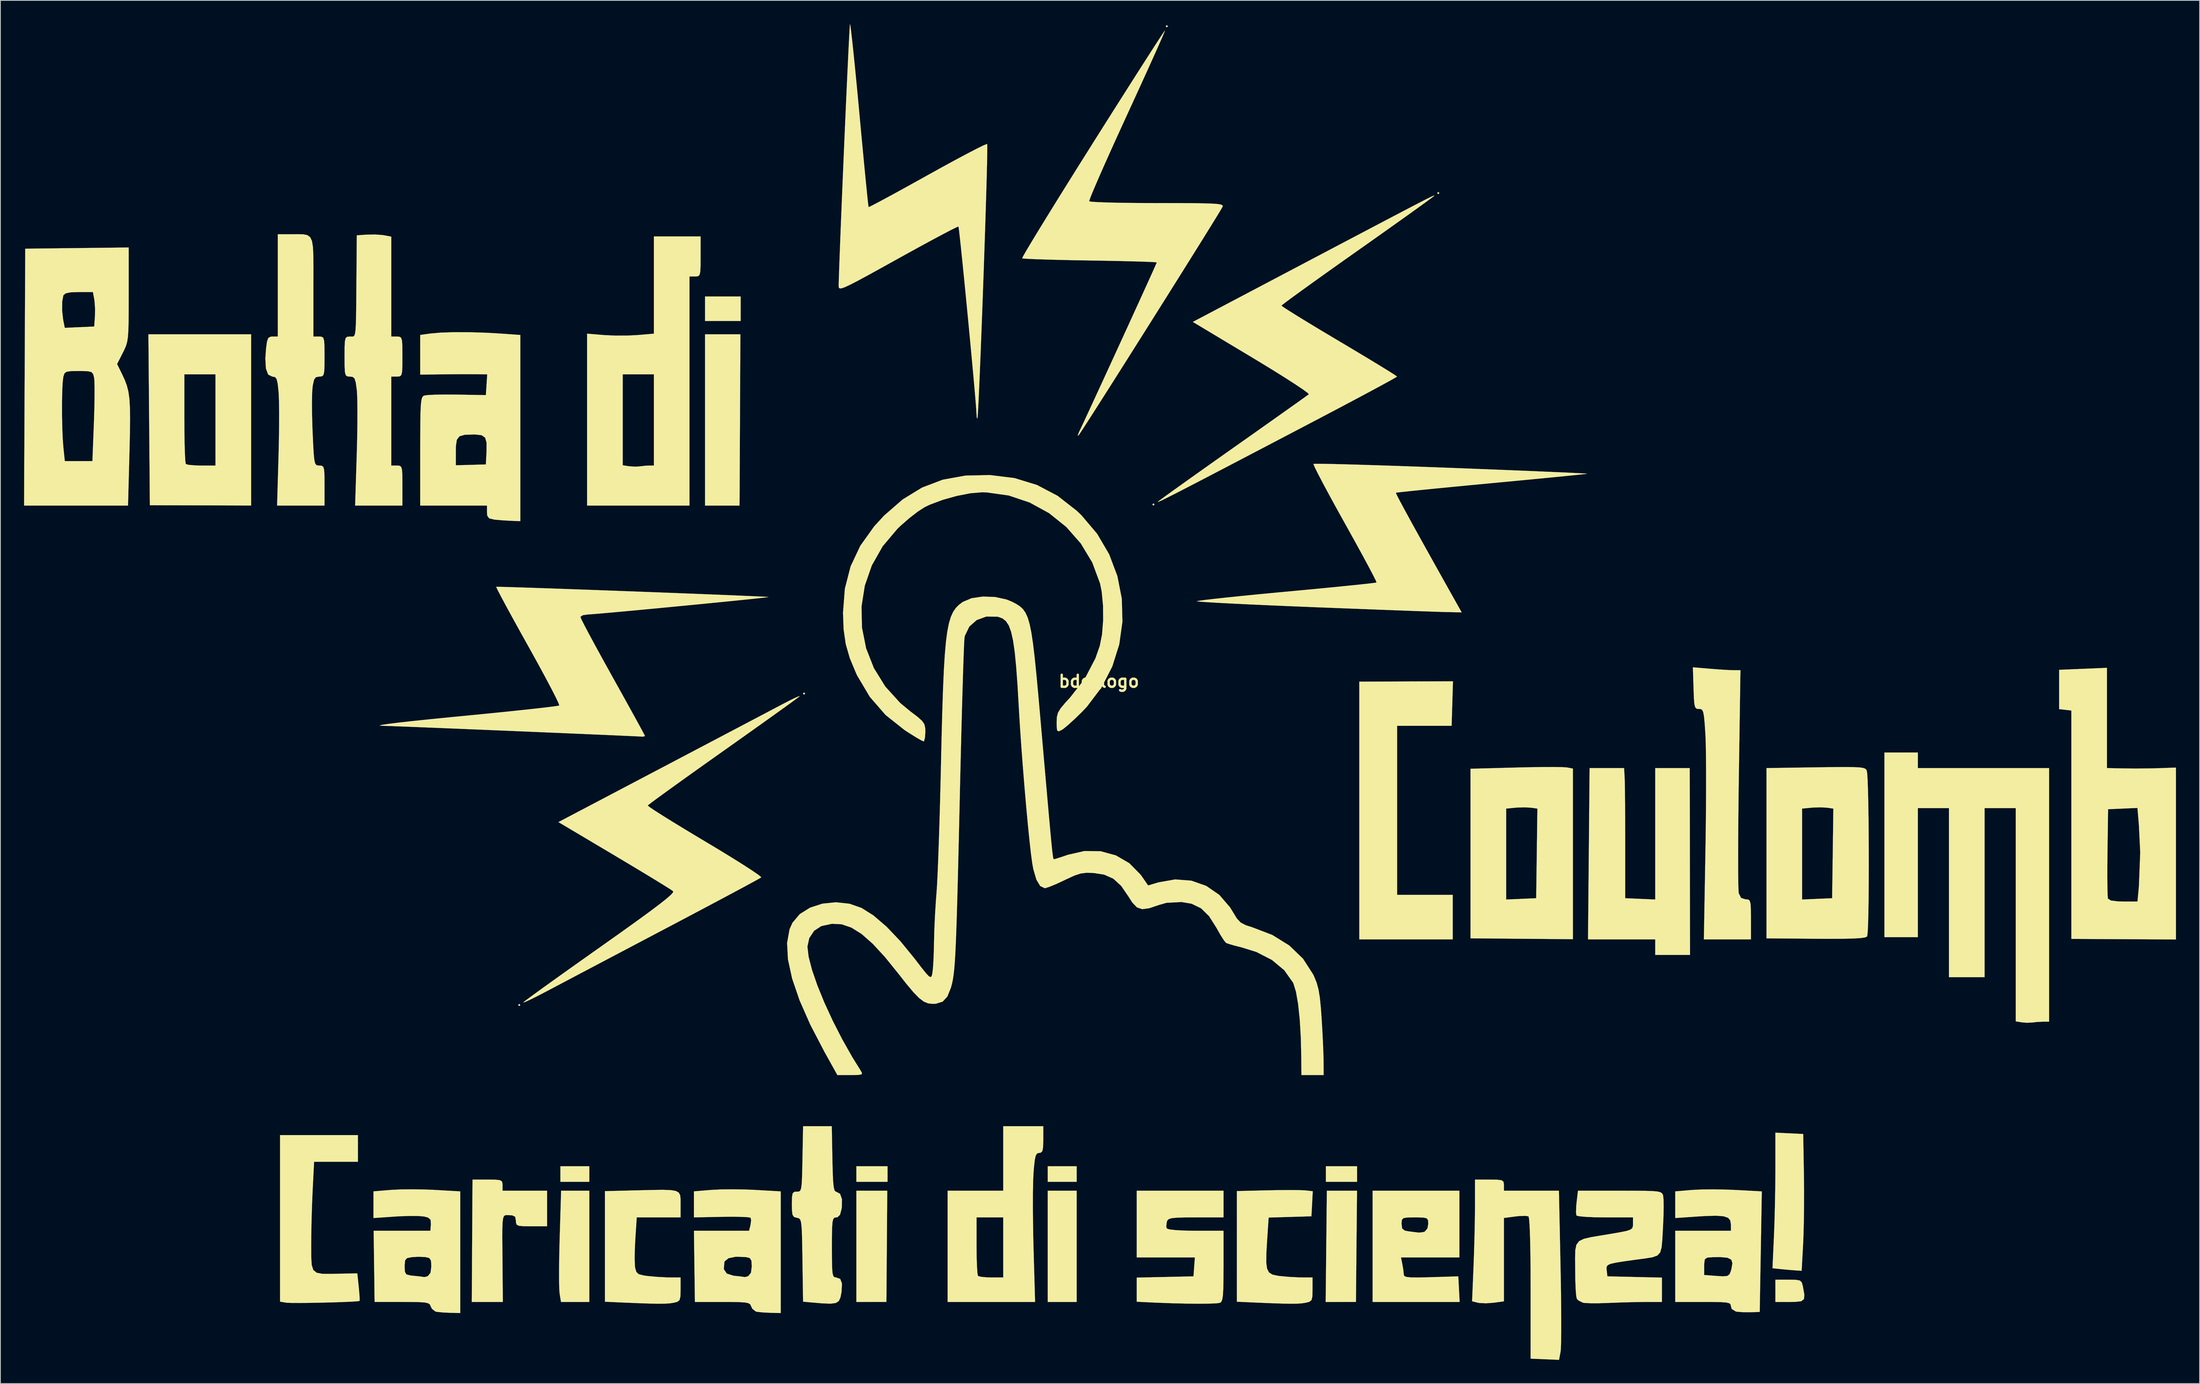
<source format=kicad_pcb>
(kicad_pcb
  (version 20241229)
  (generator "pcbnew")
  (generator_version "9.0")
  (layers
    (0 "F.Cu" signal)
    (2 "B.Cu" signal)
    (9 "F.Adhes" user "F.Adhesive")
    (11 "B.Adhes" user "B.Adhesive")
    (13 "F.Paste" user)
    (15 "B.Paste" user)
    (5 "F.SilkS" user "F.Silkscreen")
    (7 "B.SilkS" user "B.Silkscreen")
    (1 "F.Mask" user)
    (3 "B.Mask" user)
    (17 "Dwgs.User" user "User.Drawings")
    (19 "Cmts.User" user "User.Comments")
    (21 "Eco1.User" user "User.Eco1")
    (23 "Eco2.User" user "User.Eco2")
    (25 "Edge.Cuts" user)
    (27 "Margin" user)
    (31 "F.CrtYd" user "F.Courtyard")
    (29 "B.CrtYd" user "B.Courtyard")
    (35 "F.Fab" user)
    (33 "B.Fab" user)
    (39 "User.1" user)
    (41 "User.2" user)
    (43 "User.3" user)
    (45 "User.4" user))
  (footprint "bdc_logo"
    (layer "F.Cu")
    (at 136.323 83.393)
    (property "Reference" "bdc_logo" (at 0 0 0) (layer "F.SilkS") (effects (font (size 1.524 1.524) (thickness 0.3))))
    (attr through_hole)
    (fp_poly (pts (xy -73.378 41.063) (xy -73.519 41.204) (xy -73.66 41.063) (xy -73.519 40.922) (xy -73.378 41.063)) (stroke (width 0.01) (type solid)) (fill yes) (layer "F.SilkS"))
    (fp_poly (pts (xy -64.629 63.5) (xy -68.298 63.5) (xy -68.298 61.524) (xy -64.629 61.524) (xy -64.629 63.5)) (stroke (width 0.01) (type solid)) (fill yes) (layer "F.SilkS"))
    (fp_poly (pts (xy -45.438 -45.72) (xy -49.953 -45.72) (xy -49.953 -48.824) (xy -45.438 -48.824) (xy -45.438 -45.72)) (stroke (width 0.01) (type solid)) (fill yes) (layer "F.SilkS"))
    (fp_poly (pts (xy -37.253 1.552) (xy -37.394 1.693) (xy -37.536 1.552) (xy -37.394 1.411) (xy -37.253 1.552)) (stroke (width 0.01) (type solid)) (fill yes) (layer "F.SilkS"))
    (fp_poly (pts (xy -26.811 63.5) (xy -30.762 63.5) (xy -30.762 61.524) (xy -26.811 61.524) (xy -26.811 63.5)) (stroke (width 0.01) (type solid)) (fill yes) (layer "F.SilkS"))
    (fp_poly (pts (xy -2.822 63.5) (xy -6.491 63.5) (xy -6.491 61.524) (xy -2.822 61.524) (xy -2.822 63.5)) (stroke (width 0.01) (type solid)) (fill yes) (layer "F.SilkS"))
    (fp_poly (pts (xy -2.822 78.74) (xy -6.491 78.74) (xy -6.491 64.629) (xy -2.822 64.629) (xy -2.822 78.74)) (stroke (width 0.01) (type solid)) (fill yes) (layer "F.SilkS"))
    (fp_poly (pts (xy 7.056 -22.437) (xy 6.914 -22.296) (xy 6.773 -22.437) (xy 6.914 -22.578) (xy 7.056 -22.437)) (stroke (width 0.01) (type solid)) (fill yes) (layer "F.SilkS"))
    (fp_poly (pts (xy 8.749 -83.114) (xy 8.608 -82.973) (xy 8.467 -83.114) (xy 8.608 -83.256) (xy 8.749 -83.114)) (stroke (width 0.01) (type solid)) (fill yes) (layer "F.SilkS"))
    (fp_poly (pts (xy 32.738 63.5) (xy 28.787 63.5) (xy 28.787 61.524) (xy 32.738 61.524) (xy 32.738 63.5)) (stroke (width 0.01) (type solid)) (fill yes) (layer "F.SilkS"))
    (fp_poly (pts (xy 43.18 -61.948) (xy 43.039 -61.807) (xy 42.898 -61.948) (xy 43.039 -62.089) (xy 43.18 -61.948)) (stroke (width 0.01) (type solid)) (fill yes) (layer "F.SilkS"))
    (fp_poly (pts (xy -45.525 -33.162) (xy -45.579 -22.297) (xy -49.953 -22.296) (xy -49.953 -44.027) (xy -45.471 -44.027) (xy -45.525 -33.162)) (stroke (width 0.01) (type solid)) (fill yes) (layer "F.SilkS"))
    (fp_poly (pts (xy -26.898 71.683) (xy -26.952 78.738) (xy -30.762 78.74) (xy -30.762 64.629) (xy -26.845 64.629) (xy -26.898 71.683)) (stroke (width 0.01) (type solid)) (fill yes) (layer "F.SilkS"))
    (fp_poly (pts (xy 32.665 71.684) (xy 32.597 78.739) (xy 28.758 78.74) (xy 28.833 71.684) (xy 28.908 64.629) (xy 32.734 64.629) (xy 32.665 71.684)) (stroke (width 0.01) (type solid)) (fill yes) (layer "F.SilkS"))
    (fp_poly (pts (xy 44.817 2.82) (xy 44.732 5.643) (xy 41.275 5.644) (xy 37.818 5.644) (xy 37.818 27.093) (xy 44.873 27.093) (xy 44.873 32.738) (xy 33.02 32.738) (xy 33.02 0.039) (xy 44.901 -0.002) (xy 44.817 2.82)) (stroke (width 0.01) (type solid)) (fill yes) (layer "F.SilkS"))
    (fp_poly (pts (xy -64.629 78.74) (xy -68.224 78.74) (xy -68.399 77.682) (xy -68.443 77.084) (xy -68.466 76.025) (xy -68.467 74.606) (xy -68.447 72.93) (xy -68.405 71.1) (xy -68.391 70.626) (xy -68.208 64.629) (xy -64.629 64.629) (xy -64.629 78.74)) (stroke (width 0.01) (type solid)) (fill yes) (layer "F.SilkS"))
    (fp_poly (pts (xy 88.382 75.932) (xy 88.896 76.023) (xy 89.143 76.263) (xy 89.272 76.722) (xy 89.288 76.8) (xy 89.463 77.798) (xy 89.423 78.377) (xy 89.072 78.651) (xy 88.311 78.734) (xy 87.63 78.74) (xy 85.796 78.74) (xy 85.796 75.918) (xy 87.454 75.918) (xy 88.382 75.932)) (stroke (width 0.01) (type solid)) (fill yes) (layer "F.SilkS"))
    (fp_poly (pts (xy 103.858 11.007) (xy 120.509 11.007) (xy 120.509 43.18) (xy 119.733 43.184) (xy 118.923 43.224) (xy 118.392 43.288) (xy 117.678 43.321) (xy 117.052 43.266) (xy 116.276 43.143) (xy 116.276 16.087) (xy 112.324 16.087) (xy 112.324 37.536) (xy 107.809 37.536) (xy 107.809 16.087) (xy 103.858 16.087) (xy 103.858 32.456) (xy 99.624 32.456) (xy 99.624 9.031) (xy 103.858 9.031) (xy 103.858 11.007)) (stroke (width 0.01) (type solid)) (fill yes) (layer "F.SilkS"))
    (fp_poly (pts (xy -107.527 -22.306) (xy -113.947 -22.324) (xy -120.368 -22.342) (xy -120.507 -38.947) (xy -115.993 -38.947) (xy -115.993 -33.349) (xy -115.984 -31.626) (xy -115.959 -30.099) (xy -115.92 -28.856) (xy -115.871 -27.987) (xy -115.814 -27.58) (xy -115.805 -27.564) (xy -115.444 -27.466) (xy -114.691 -27.398) (xy -113.83 -27.376) (xy -112.042 -27.376) (xy -112.042 -38.947) (xy -115.993 -38.947) (xy -120.507 -38.947) (xy -120.55 -44.027) (xy -107.527 -44.027) (xy -107.527 -22.306)) (stroke (width 0.01) (type solid)) (fill yes) (layer "F.SilkS"))
    (fp_poly (pts (xy 74.93 11.007) (xy 74.95 22.86) (xy 74.969 34.713) (xy 70.556 34.713) (xy 70.556 32.738) (xy 62.03 32.738) (xy 62.13 21.873) (xy 62.23 11.009) (xy 64.417 11.008) (xy 66.604 11.007) (xy 66.675 12.206) (xy 66.695 12.82) (xy 66.712 13.905) (xy 66.727 15.366) (xy 66.738 17.112) (xy 66.744 19.047) (xy 66.746 20.461) (xy 66.746 27.517) (xy 68.651 27.6) (xy 70.556 27.684) (xy 70.556 11.007) (xy 74.93 11.007)) (stroke (width 0.01) (type solid)) (fill yes) (layer "F.SilkS"))
    (fp_poly (pts (xy 87.559 57.348) (xy 89.323 57.432) (xy 89.412 62.653) (xy 89.431 64.634) (xy 89.426 66.721) (xy 89.399 68.728) (xy 89.351 70.47) (xy 89.313 71.332) (xy 89.125 74.789) (xy 88.378 74.741) (xy 87.583 74.68) (xy 86.635 74.592) (xy 86.529 74.581) (xy 85.427 74.467) (xy 85.61 70.465) (xy 85.678 68.656) (xy 85.735 66.524) (xy 85.775 64.31) (xy 85.794 62.257) (xy 85.795 61.864) (xy 85.796 57.264) (xy 87.559 57.348)) (stroke (width 0.01) (type solid)) (fill yes) (layer "F.SilkS"))
    (fp_poly (pts (xy 58.723 10.887) (xy 59.313 10.921) (xy 59.359 10.928) (xy 60.113 11.072) (xy 60.113 32.719) (xy 53.622 32.663) (xy 47.131 32.608) (xy 47.131 16.146) (xy 51.647 16.146) (xy 51.647 27.684) (xy 53.552 27.6) (xy 55.457 27.517) (xy 55.533 21.835) (xy 55.609 16.152) (xy 54.816 16.036) (xy 54.008 15.988) (xy 53.026 16.017) (xy 52.834 16.033) (xy 51.647 16.146) (xy 47.131 16.146) (xy 47.131 11.091) (xy 52.868 10.938) (xy 54.659 10.898) (xy 56.298 10.876) (xy 57.685 10.872) (xy 58.723 10.887)) (stroke (width 0.01) (type solid)) (fill yes) (layer "F.SilkS"))
    (fp_poly (pts (xy -50.518 -53.904) (xy -50.523 -52.702) (xy -50.56 -51.955) (xy -50.659 -51.556) (xy -50.849 -51.395) (xy -51.161 -51.365) (xy -51.223 -51.364) (xy -51.929 -51.364) (xy -51.929 -22.296) (xy -64.911 -22.296) (xy -64.911 -38.947) (xy -60.396 -38.947) (xy -60.396 -27.413) (xy -59.619 -27.29) (xy -58.819 -27.232) (xy -58.279 -27.267) (xy -57.511 -27.354) (xy -57.079 -27.372) (xy -56.444 -27.376) (xy -56.444 -38.947) (xy -60.396 -38.947) (xy -64.911 -38.947) (xy -64.911 -44.109) (xy -62.794 -43.931) (xy -61.342 -43.863) (xy -59.727 -43.87) (xy -58.561 -43.931) (xy -56.444 -44.109) (xy -56.444 -56.444) (xy -50.518 -56.444) (xy -50.518 -53.904)) (stroke (width 0.01) (type solid)) (fill yes) (layer "F.SilkS"))
    (fp_poly (pts (xy -93.98 60.96) (xy -99.537 60.96) (xy -99.721 64.558) (xy -99.797 66.363) (xy -99.859 68.379) (xy -99.897 70.319) (xy -99.906 71.482) (xy -99.903 72.998) (xy -99.841 74.038) (xy -99.637 74.689) (xy -99.211 75.038) (xy -98.481 75.173) (xy -97.366 75.181) (xy -96.487 75.162) (xy -94.056 75.113) (xy -93.876 76.832) (xy -93.793 77.743) (xy -93.755 78.39) (xy -93.768 78.614) (xy -94.082 78.661) (xy -94.844 78.709) (xy -95.938 78.756) (xy -97.248 78.798) (xy -98.657 78.833) (xy -100.048 78.858) (xy -101.307 78.871) (xy -102.315 78.868) (xy -102.958 78.848) (xy -103.082 78.834) (xy -103.858 78.703) (xy -103.858 57.573) (xy -93.98 57.573) (xy -93.98 60.96)) (stroke (width 0.01) (type solid)) (fill yes) (layer "F.SilkS"))
    (fp_poly (pts (xy -76.531 63.229) (xy -75.961 63.294) (xy -75.705 63.459) (xy -75.638 63.77) (xy -75.636 63.923) (xy -75.636 64.629) (xy -69.991 64.629) (xy -69.991 69.144) (xy -71.967 69.144) (xy -72.999 69.134) (xy -73.589 69.074) (xy -73.862 68.919) (xy -73.939 68.627) (xy -73.942 68.439) (xy -74.033 67.935) (xy -74.421 67.75) (xy -74.789 67.733) (xy -75.077 67.724) (xy -75.296 67.739) (xy -75.455 67.848) (xy -75.563 68.115) (xy -75.629 68.609) (xy -75.66 69.397) (xy -75.666 70.545) (xy -75.656 72.12) (xy -75.638 74.19) (xy -75.637 74.295) (xy -75.601 78.74) (xy -79.539 78.74) (xy -79.492 70.979) (xy -79.446 63.218) (xy -77.541 63.218) (xy -76.531 63.229)) (stroke (width 0.01) (type solid)) (fill yes) (layer "F.SilkS"))
    (fp_poly (pts (xy 127.847 11.007) (xy 130.034 11.052) (xy 131.514 11.065) (xy 133.163 11.051) (xy 134.408 11.021) (xy 136.596 10.944) (xy 136.596 32.751) (xy 129.963 32.716) (xy 123.331 32.681) (xy 123.331 24.982) (xy 127.892 24.982) (xy 127.905 26.244) (xy 127.931 27.136) (xy 127.969 27.566) (xy 127.973 27.579) (xy 128.358 27.813) (xy 129.292 27.927) (xy 129.914 27.94) (xy 131.716 27.94) (xy 131.896 26.035) (xy 132.066 21.702) (xy 131.896 18.234) (xy 131.713 16.063) (xy 129.85 16.145) (xy 127.988 16.228) (xy 127.911 21.723) (xy 127.894 23.444) (xy 127.892 24.982) (xy 123.331 24.982) (xy 123.331 3.706) (xy 121.779 3.528) (xy 121.779 -1.462) (xy 124.813 -1.587) (xy 127.847 -1.712) (xy 127.847 11.007)) (stroke (width 0.01) (type solid)) (fill yes) (layer "F.SilkS"))
    (fp_poly (pts (xy -7.056 58.138) (xy -7.079 59.089) (xy -7.173 59.603) (xy -7.379 59.806) (xy -7.58 59.831) (xy -7.835 59.896) (xy -8.011 60.16) (xy -8.137 60.727) (xy -8.242 61.701) (xy -8.297 62.393) (xy -8.344 63.424) (xy -8.37 64.899) (xy -8.375 66.7) (xy -8.358 68.707) (xy -8.321 70.802) (xy -8.294 71.848) (xy -8.097 78.74) (xy -19.191 78.74) (xy -19.191 68.016) (xy -15.522 68.016) (xy -15.522 71.637) (xy -15.508 73.014) (xy -15.47 74.181) (xy -15.414 75.024) (xy -15.344 75.432) (xy -15.334 75.447) (xy -14.967 75.553) (xy -14.227 75.621) (xy -13.641 75.636) (xy -12.136 75.636) (xy -12.136 68.016) (xy -15.522 68.016) (xy -19.191 68.016) (xy -19.191 64.629) (xy -12.136 64.629) (xy -12.136 56.444) (xy -7.056 56.444) (xy -7.056 58.138)) (stroke (width 0.01) (type solid)) (fill yes) (layer "F.SilkS"))
    (fp_poly (pts (xy 25.39 64.555) (xy 26.108 64.583) (xy 26.189 64.591) (xy 27.12 64.694) (xy 27.036 66.284) (xy 26.952 67.874) (xy 24.238 67.955) (xy 21.525 68.035) (xy 21.33 70.946) (xy 21.234 72.585) (xy 21.222 73.75) (xy 21.326 74.528) (xy 21.577 75.006) (xy 22.006 75.273) (xy 22.646 75.415) (xy 22.952 75.455) (xy 24.138 75.564) (xy 25.372 75.627) (xy 25.753 75.633) (xy 27.093 75.636) (xy 27.093 77.153) (xy 27.075 78.032) (xy 26.964 78.505) (xy 26.679 78.729) (xy 26.211 78.846) (xy 25.745 78.917) (xy 25.145 78.958) (xy 24.327 78.968) (xy 23.203 78.948) (xy 21.688 78.896) (xy 19.696 78.813) (xy 19.685 78.812) (xy 17.498 78.716) (xy 17.498 64.673) (xy 21.378 64.58) (xy 22.888 64.553) (xy 24.271 64.545) (xy 25.39 64.555)) (stroke (width 0.01) (type solid)) (fill yes) (layer "F.SilkS"))
    (fp_poly (pts (xy 15.804 68.016) (xy 12.296 68.016) (xy 10.829 68.022) (xy 9.831 68.051) (xy 9.203 68.116) (xy 8.849 68.234) (xy 8.673 68.418) (xy 8.609 68.577) (xy 8.538 69.165) (xy 8.606 69.424) (xy 8.953 69.542) (xy 9.772 69.633) (xy 10.974 69.691) (xy 12.293 69.709) (xy 15.804 69.709) (xy 15.804 74.194) (xy 15.797 75.911) (xy 15.771 77.145) (xy 15.717 77.976) (xy 15.628 78.486) (xy 15.497 78.755) (xy 15.358 78.851) (xy 14.88 78.918) (xy 13.931 78.956) (xy 12.606 78.967) (xy 10.998 78.95) (xy 9.2 78.905) (xy 7.305 78.834) (xy 6.844 78.813) (xy 4.798 78.715) (xy 4.798 75.652) (xy 8.396 75.573) (xy 11.994 75.494) (xy 12.081 74.295) (xy 12.168 73.096) (xy 4.798 73.096) (xy 4.798 64.629) (xy 15.804 64.629) (xy 15.804 68.016)) (stroke (width 0.01) (type solid)) (fill yes) (layer "F.SilkS"))
    (fp_poly (pts (xy -54.318 64.55) (xy -53.668 64.658) (xy -53.291 64.864) (xy -53.111 65.192) (xy -53.058 65.665) (xy -53.058 66.305) (xy -53.058 66.354) (xy -53.058 68.016) (xy -58.617 68.016) (xy -58.8 70.806) (xy -58.863 72.104) (xy -58.88 73.277) (xy -58.85 74.152) (xy -58.815 74.439) (xy -58.663 74.942) (xy -58.362 75.223) (xy -57.749 75.381) (xy -57.192 75.456) (xy -56.006 75.564) (xy -54.773 75.627) (xy -54.398 75.633) (xy -53.058 75.636) (xy -53.058 77.153) (xy -53.076 78.032) (xy -53.187 78.505) (xy -53.472 78.729) (xy -53.94 78.846) (xy -54.406 78.917) (xy -55.006 78.958) (xy -55.824 78.968) (xy -56.948 78.948) (xy -58.463 78.896) (xy -60.455 78.813) (xy -60.466 78.812) (xy -62.653 78.716) (xy -62.653 64.683) (xy -58.632 64.583) (xy -56.727 64.536) (xy -55.314 64.517) (xy -54.318 64.55)) (stroke (width 0.01) (type solid)) (fill yes) (layer "F.SilkS"))
    (fp_poly (pts (xy 45.72 73.096) (xy 38.312 73.096) (xy 38.488 73.978) (xy 38.614 74.737) (xy 38.664 75.283) (xy 38.74 75.461) (xy 39.026 75.573) (xy 39.609 75.63) (xy 40.576 75.637) (xy 42.015 75.604) (xy 42.122 75.6) (xy 45.579 75.494) (xy 45.664 77.117) (xy 45.748 78.74) (xy 34.713 78.74) (xy 34.713 68.844) (xy 38.382 68.844) (xy 38.459 69.43) (xy 38.806 69.696) (xy 39.299 69.787) (xy 40.038 69.88) (xy 40.542 69.945) (xy 40.546 69.946) (xy 41.089 69.891) (xy 41.322 69.82) (xy 41.667 69.417) (xy 41.769 68.832) (xy 41.744 68.38) (xy 41.582 68.136) (xy 41.149 68.036) (xy 40.312 68.016) (xy 40.076 68.016) (xy 39.138 68.027) (xy 38.632 68.105) (xy 38.425 68.315) (xy 38.383 68.721) (xy 38.382 68.844) (xy 34.713 68.844) (xy 34.713 64.629) (xy 45.72 64.629) (xy 45.72 73.096)) (stroke (width 0.01) (type solid)) (fill yes) (layer "F.SilkS"))
    (fp_poly (pts (xy 50.516 63.23) (xy 51.065 63.3) (xy 51.305 63.476) (xy 51.363 63.808) (xy 51.364 63.923) (xy 51.364 64.629) (xy 58.34 64.629) (xy 58.546 74.304) (xy 58.589 76.634) (xy 58.617 78.824) (xy 58.631 80.801) (xy 58.63 82.489) (xy 58.615 83.815) (xy 58.584 84.705) (xy 58.553 85.033) (xy 58.355 86.088) (xy 56.553 86.012) (xy 54.751 85.937) (xy 54.751 76.993) (xy 54.743 74.453) (xy 54.718 72.266) (xy 54.678 70.474) (xy 54.625 69.118) (xy 54.56 68.241) (xy 54.483 67.884) (xy 54.478 67.88) (xy 54.059 67.818) (xy 53.294 67.845) (xy 52.785 67.9) (xy 51.364 68.088) (xy 51.364 78.663) (xy 50.067 78.841) (xy 49.106 78.912) (xy 48.26 78.876) (xy 48.049 78.838) (xy 47.328 78.657) (xy 47.511 74.254) (xy 47.579 72.377) (xy 47.636 70.361) (xy 47.676 68.426) (xy 47.694 66.793) (xy 47.695 66.534) (xy 47.696 63.218) (xy 49.53 63.218) (xy 50.516 63.23)) (stroke (width 0.01) (type solid)) (fill yes) (layer "F.SilkS"))
    (fp_poly (pts (xy 95.67 10.885) (xy 96.377 10.916) (xy 96.837 10.97) (xy 97.115 11.05) (xy 97.274 11.158) (xy 97.373 11.289) (xy 97.435 11.663) (xy 97.49 12.523) (xy 97.536 13.791) (xy 97.574 15.389) (xy 97.604 17.237) (xy 97.624 19.259) (xy 97.636 21.376) (xy 97.639 23.509) (xy 97.632 25.581) (xy 97.616 27.512) (xy 97.59 29.226) (xy 97.554 30.644) (xy 97.508 31.687) (xy 97.452 32.277) (xy 97.424 32.372) (xy 97.182 32.49) (xy 96.595 32.577) (xy 95.614 32.634) (xy 94.193 32.664) (xy 92.283 32.669) (xy 90.938 32.661) (xy 84.667 32.61) (xy 84.667 16.146) (xy 89.182 16.146) (xy 89.182 27.684) (xy 91.087 27.6) (xy 92.992 27.517) (xy 93.069 21.835) (xy 93.145 16.152) (xy 92.351 16.036) (xy 91.543 15.988) (xy 90.562 16.017) (xy 90.37 16.033) (xy 89.182 16.146) (xy 84.667 16.146) (xy 84.667 11.007) (xy 89.112 10.939) (xy 91.439 10.904) (xy 93.265 10.882) (xy 94.654 10.875) (xy 95.67 10.885)) (stroke (width 0.01) (type solid)) (fill yes) (layer "F.SilkS"))
    (fp_poly (pts (xy 77.501 -1.595) (xy 78.677 -1.504) (xy 79.74 -1.439) (xy 80.475 -1.411) (xy 80.516 -1.411) (xy 81.361 -1.411) (xy 81.155 12.347) (xy 81.118 15.106) (xy 81.091 17.712) (xy 81.074 20.106) (xy 81.068 22.231) (xy 81.071 24.028) (xy 81.085 25.439) (xy 81.109 26.406) (xy 81.143 26.871) (xy 81.145 26.882) (xy 81.443 27.482) (xy 82.002 27.658) (xy 82.016 27.658) (xy 82.336 27.682) (xy 82.534 27.825) (xy 82.64 28.198) (xy 82.683 28.907) (xy 82.691 30.063) (xy 82.691 30.198) (xy 82.691 32.738) (xy 76.724 32.738) (xy 76.925 21.378) (xy 76.965 18.745) (xy 76.992 16.157) (xy 77.005 13.699) (xy 77.005 11.456) (xy 76.992 9.512) (xy 76.966 7.951) (xy 76.927 6.859) (xy 76.921 6.754) (xy 76.827 5.356) (xy 76.739 4.428) (xy 76.633 3.874) (xy 76.486 3.6) (xy 76.273 3.511) (xy 76.105 3.508) (xy 75.819 3.483) (xy 75.635 3.316) (xy 75.524 2.901) (xy 75.46 2.135) (xy 75.414 0.911) (xy 75.413 0.875) (xy 75.331 -1.778) (xy 77.501 -1.595)) (stroke (width 0.01) (type solid)) (fill yes) (layer "F.SilkS"))
    (fp_poly (pts (xy 79.575 64.486) (xy 80.709 64.533) (xy 84.072 64.714) (xy 83.94 72.362) (xy 83.807 80.01) (xy 82.614 80.048) (xy 81.695 80.043) (xy 80.917 79.98) (xy 80.786 79.958) (xy 80.257 79.639) (xy 80.151 79.285) (xy 80.115 79.058) (xy 79.944 78.905) (xy 79.549 78.811) (xy 78.837 78.761) (xy 77.716 78.742) (xy 76.623 78.74) (xy 73.096 78.74) (xy 73.096 74.209) (xy 76.764 74.209) (xy 76.764 75.322) (xy 78.105 75.425) (xy 79.097 75.49) (xy 79.672 75.449) (xy 79.975 75.242) (xy 80.151 74.807) (xy 80.227 74.52) (xy 80.342 73.819) (xy 80.197 73.374) (xy 79.713 73.134) (xy 78.807 73.051) (xy 77.823 73.063) (xy 77.142 73.117) (xy 76.842 73.334) (xy 76.767 73.883) (xy 76.764 74.209) (xy 73.096 74.209) (xy 73.096 69.709) (xy 80.151 69.709) (xy 80.151 68.893) (xy 80.074 68.399) (xy 79.79 68.065) (xy 79.223 67.872) (xy 78.296 67.803) (xy 76.932 67.84) (xy 75.894 67.903) (xy 73.096 68.096) (xy 73.096 64.712) (xy 75.221 64.532) (xy 76.407 64.474) (xy 77.933 64.459) (xy 79.575 64.486)) (stroke (width 0.01) (type solid)) (fill yes) (layer "F.SilkS"))
    (fp_poly (pts (xy -44.672 64.482) (xy -43.641 64.527) (xy -40.358 64.715) (xy -40.358 80.151) (xy -41.698 80.118) (xy -42.602 80.073) (xy -43.318 79.998) (xy -43.504 79.962) (xy -43.957 79.611) (xy -44.112 79.289) (xy -44.214 79.06) (xy -44.439 78.904) (xy -44.885 78.809) (xy -45.646 78.76) (xy -46.819 78.742) (xy -47.748 78.74) (xy -51.24 78.74) (xy -51.296 74.579) (xy -47.573 74.579) (xy -47.201 75.139) (xy -46.356 75.411) (xy -46.185 75.43) (xy -45.45 75.507) (xy -45.014 75.571) (xy -44.967 75.586) (xy -44.705 75.544) (xy -44.473 75.464) (xy -44.128 75.039) (xy -44.027 74.213) (xy -44.073 73.499) (xy -44.29 73.168) (xy -44.797 73.044) (xy -44.803 73.044) (xy -46.054 73.004) (xy -46.97 73.191) (xy -47.462 73.581) (xy -47.502 73.688) (xy -47.573 74.579) (xy -51.296 74.579) (xy -51.301 74.224) (xy -51.362 69.709) (xy -44.37 69.709) (xy -44.185 68.97) (xy -44.107 68.363) (xy -44.18 68.053) (xy -44.516 67.99) (xy -45.301 67.948) (xy -46.422 67.931) (xy -47.762 67.942) (xy -47.862 67.943) (xy -51.364 68.012) (xy -51.364 64.71) (xy -49.145 64.525) (xy -47.902 64.465) (xy -46.333 64.45) (xy -44.672 64.482)) (stroke (width 0.01) (type solid)) (fill yes) (layer "F.SilkS"))
    (fp_poly (pts (xy -79.746 -44.29) (xy -77.635 -44.223) (xy -75.961 -44.126) (xy -73.378 -43.942) (xy -73.378 -20.32) (xy -74.577 -20.365) (xy -75.597 -20.423) (xy -76.558 -20.508) (xy -76.694 -20.524) (xy -77.331 -20.673) (xy -77.578 -21.017) (xy -77.611 -21.467) (xy -77.611 -22.296) (xy -86.078 -22.296) (xy -86.078 -29.18) (xy -86.078 -29.195) (xy -81.562 -29.195) (xy -81.562 -27.411) (xy -77.752 -27.517) (xy -77.666 -29.184) (xy -77.661 -30.271) (xy -77.842 -30.914) (xy -78.294 -31.225) (xy -79.104 -31.317) (xy -79.304 -31.318) (xy -80.426 -31.28) (xy -81.099 -31.091) (xy -81.437 -30.645) (xy -81.552 -29.835) (xy -81.562 -29.195) (xy -86.078 -29.195) (xy -86.075 -31.337) (xy -86.063 -32.997) (xy -86.038 -34.227) (xy -85.994 -35.093) (xy -85.928 -35.663) (xy -85.834 -36.004) (xy -85.708 -36.183) (xy -85.584 -36.254) (xy -85.125 -36.32) (xy -84.226 -36.366) (xy -83.012 -36.388) (xy -81.607 -36.381) (xy -81.421 -36.378) (xy -77.752 -36.312) (xy -77.58 -38.947) (xy -79.077 -38.964) (xy -80.048 -38.968) (xy -81.356 -38.965) (xy -82.776 -38.954) (xy -83.326 -38.948) (xy -86.078 -38.914) (xy -86.078 -43.95) (xy -84.768 -44.129) (xy -83.459 -44.243) (xy -81.736 -44.297) (xy -79.746 -44.29)) (stroke (width 0.01) (type solid)) (fill yes) (layer "F.SilkS"))
    (fp_poly (pts (xy -85.312 64.482) (xy -84.281 64.527) (xy -80.998 64.715) (xy -80.998 80.151) (xy -82.338 80.118) (xy -83.242 80.073) (xy -83.958 79.998) (xy -84.144 79.962) (xy -84.597 79.611) (xy -84.752 79.289) (xy -84.854 79.059) (xy -85.08 78.904) (xy -85.526 78.809) (xy -86.289 78.759) (xy -87.465 78.741) (xy -88.38 78.739) (xy -91.863 78.737) (xy -91.923 74.239) (xy -88.053 74.239) (xy -88.023 74.919) (xy -87.828 75.249) (xy -87.311 75.383) (xy -86.854 75.429) (xy -86.109 75.505) (xy -85.66 75.57) (xy -85.607 75.586) (xy -85.345 75.544) (xy -85.113 75.464) (xy -84.768 75.039) (xy -84.667 74.213) (xy -84.713 73.499) (xy -84.93 73.168) (xy -85.437 73.044) (xy -85.443 73.044) (xy -86.309 73.011) (xy -87.136 73.056) (xy -87.735 73.171) (xy -87.993 73.457) (xy -88.053 74.096) (xy -88.053 74.239) (xy -91.923 74.239) (xy -91.924 74.223) (xy -91.984 69.709) (xy -84.787 69.709) (xy -84.725 68.898) (xy -84.758 68.322) (xy -85.083 68.034) (xy -85.582 67.903) (xy -86.267 67.841) (xy -87.333 67.83) (xy -88.602 67.869) (xy -89.253 67.907) (xy -92.004 68.096) (xy -92.004 64.71) (xy -89.785 64.525) (xy -88.542 64.465) (xy -86.973 64.45) (xy -85.312 64.482)) (stroke (width 0.01) (type solid)) (fill yes) (layer "F.SilkS"))
    (fp_poly (pts (xy -33.804 60.607) (xy -33.764 62.253) (xy -33.712 63.412) (xy -33.638 64.164) (xy -33.531 64.585) (xy -33.384 64.755) (xy -33.302 64.77) (xy -32.83 65.019) (xy -32.59 65.707) (xy -32.61 66.75) (xy -32.633 66.91) (xy -32.831 67.673) (xy -33.148 67.988) (xy -33.338 68.016) (xy -33.551 68.054) (xy -33.698 68.228) (xy -33.79 68.625) (xy -33.841 69.333) (xy -33.863 70.439) (xy -33.867 71.826) (xy -33.861 73.359) (xy -33.838 74.416) (xy -33.783 75.084) (xy -33.685 75.451) (xy -33.532 75.606) (xy -33.332 75.636) (xy -32.811 75.82) (xy -32.587 76.405) (xy -32.642 77.44) (xy -32.655 77.524) (xy -32.786 78.193) (xy -32.992 78.632) (xy -33.375 78.876) (xy -34.034 78.961) (xy -35.068 78.922) (xy -36.33 78.816) (xy -37.523 78.708) (xy -37.6 73.432) (xy -37.629 71.588) (xy -37.66 70.232) (xy -37.704 69.286) (xy -37.77 68.675) (xy -37.87 68.322) (xy -38.013 68.15) (xy -38.21 68.082) (xy -38.312 68.066) (xy -38.672 67.96) (xy -38.862 67.676) (xy -38.936 67.073) (xy -38.947 66.351) (xy -38.928 65.435) (xy -38.838 64.951) (xy -38.624 64.767) (xy -38.312 64.748) (xy -38.066 64.739) (xy -37.891 64.636) (xy -37.774 64.354) (xy -37.699 63.809) (xy -37.652 62.917) (xy -37.618 61.593) (xy -37.599 60.607) (xy -37.52 56.444) (xy -33.882 56.444) (xy -33.804 60.607)) (stroke (width 0.01) (type solid)) (fill yes) (layer "F.SilkS"))
    (fp_poly (pts (xy -90.862 -56.623) (xy -90.67 -56.592) (xy -89.747 -56.419) (xy -89.747 -43.744) (xy -89.041 -43.744) (xy -88.707 -43.724) (xy -88.5 -43.591) (xy -88.389 -43.237) (xy -88.344 -42.552) (xy -88.336 -41.429) (xy -88.336 -41.204) (xy -88.341 -40.002) (xy -88.378 -39.255) (xy -88.477 -38.856) (xy -88.667 -38.695) (xy -88.979 -38.665) (xy -89.041 -38.664) (xy -89.747 -38.664) (xy -89.747 -27.376) (xy -89.041 -27.376) (xy -88.707 -27.355) (xy -88.5 -27.222) (xy -88.389 -26.868) (xy -88.344 -26.183) (xy -88.336 -25.06) (xy -88.336 -24.836) (xy -88.336 -22.296) (xy -94.334 -22.296) (xy -94.128 -28.772) (xy -94.076 -30.744) (xy -94.047 -32.633) (xy -94.041 -34.328) (xy -94.057 -35.72) (xy -94.097 -36.702) (xy -94.119 -36.957) (xy -94.25 -37.903) (xy -94.404 -38.417) (xy -94.651 -38.627) (xy -94.995 -38.664) (xy -95.316 -38.688) (xy -95.516 -38.831) (xy -95.622 -39.201) (xy -95.665 -39.908) (xy -95.673 -41.06) (xy -95.673 -41.204) (xy -95.668 -42.407) (xy -95.631 -43.153) (xy -95.532 -43.553) (xy -95.342 -43.714) (xy -95.03 -43.744) (xy -94.968 -43.744) (xy -94.752 -43.734) (xy -94.582 -43.743) (xy -94.453 -43.832) (xy -94.357 -44.061) (xy -94.29 -44.492) (xy -94.244 -45.184) (xy -94.215 -46.198) (xy -94.195 -47.595) (xy -94.179 -49.435) (xy -94.161 -51.778) (xy -94.161 -51.788) (xy -94.121 -56.586) (xy -92.857 -56.675) (xy -91.831 -56.693) (xy -90.862 -56.623)) (stroke (width 0.01) (type solid)) (fill yes) (layer "F.SilkS"))
    (fp_poly (pts (xy -100.899 -56.715) (xy -100.386 -56.609) (xy -100.031 -56.347) (xy -99.806 -55.862) (xy -99.682 -55.086) (xy -99.629 -53.955) (xy -99.62 -52.401) (xy -99.624 -50.358) (xy -99.624 -50.062) (xy -99.624 -43.744) (xy -98.919 -43.744) (xy -98.585 -43.724) (xy -98.378 -43.591) (xy -98.267 -43.237) (xy -98.222 -42.552) (xy -98.213 -41.429) (xy -98.213 -41.204) (xy -98.22 -40.002) (xy -98.258 -39.255) (xy -98.358 -38.855) (xy -98.546 -38.695) (xy -98.851 -38.664) (xy -98.881 -38.664) (xy -99.298 -38.592) (xy -99.539 -38.279) (xy -99.696 -37.583) (xy -99.733 -37.324) (xy -99.787 -36.561) (xy -99.808 -35.375) (xy -99.797 -33.908) (xy -99.754 -32.3) (xy -99.729 -31.679) (xy -99.654 -30.039) (xy -99.587 -28.88) (xy -99.511 -28.118) (xy -99.41 -27.67) (xy -99.268 -27.452) (xy -99.067 -27.382) (xy -98.876 -27.376) (xy -98.562 -27.35) (xy -98.367 -27.202) (xy -98.263 -26.822) (xy -98.221 -26.101) (xy -98.213 -24.933) (xy -98.213 -24.836) (xy -98.213 -22.296) (xy -104.23 -22.296) (xy -104.048 -28.575) (xy -104.001 -30.537) (xy -103.976 -32.433) (xy -103.972 -34.146) (xy -103.989 -35.56) (xy -104.028 -36.561) (xy -104.043 -36.759) (xy -104.156 -37.774) (xy -104.288 -38.348) (xy -104.494 -38.603) (xy -104.824 -38.664) (xy -104.849 -38.664) (xy -105.36 -38.919) (xy -105.649 -39.683) (xy -105.718 -40.962) (xy -105.633 -42.182) (xy -105.516 -43.079) (xy -105.356 -43.548) (xy -105.082 -43.723) (xy -104.806 -43.744) (xy -104.14 -43.744) (xy -104.14 -56.727) (xy -102.517 -56.723) (xy -101.6 -56.731) (xy -100.899 -56.715)) (stroke (width 0.01) (type solid)) (fill yes) (layer "F.SilkS"))
    (fp_poly (pts (xy -123.049 -49.102) (xy -123.051 -47.122) (xy -123.063 -45.617) (xy -123.094 -44.499) (xy -123.153 -43.679) (xy -123.248 -43.067) (xy -123.389 -42.575) (xy -123.584 -42.114) (xy -123.785 -41.708) (xy -124.522 -40.254) (xy -123.888 -38.965) (xy -123.544 -38.223) (xy -123.28 -37.512) (xy -123.089 -36.75) (xy -122.963 -35.851) (xy -122.894 -34.732) (xy -122.874 -33.309) (xy -122.895 -31.497) (xy -122.949 -29.212) (xy -122.955 -28.998) (xy -123.137 -22.296) (xy -136.318 -22.296) (xy -136.26 -35.254) (xy -131.509 -35.254) (xy -131.505 -33.692) (xy -131.473 -32.14) (xy -131.415 -30.74) (xy -131.334 -29.675) (xy -131.153 -27.94) (xy -127.652 -27.94) (xy -127.461 -32.816) (xy -127.408 -34.48) (xy -127.38 -36.002) (xy -127.378 -37.269) (xy -127.403 -38.169) (xy -127.439 -38.531) (xy -127.557 -38.986) (xy -127.773 -39.237) (xy -128.229 -39.345) (xy -129.068 -39.37) (xy -129.399 -39.37) (xy -130.374 -39.357) (xy -130.926 -39.279) (xy -131.196 -39.076) (xy -131.326 -38.691) (xy -131.353 -38.559) (xy -131.433 -37.83) (xy -131.485 -36.68) (xy -131.509 -35.254) (xy -136.26 -35.254) (xy -136.207 -47.069) (xy -131.496 -47.069) (xy -131.369 -45.915) (xy -131.337 -45.743) (xy -131.158 -44.849) (xy -129.291 -44.932) (xy -127.423 -45.014) (xy -127.333 -46.278) (xy -127.316 -47.305) (xy -127.386 -48.273) (xy -127.417 -48.465) (xy -127.59 -49.389) (xy -129.381 -49.389) (xy -130.437 -49.353) (xy -131.047 -49.226) (xy -131.326 -48.984) (xy -131.344 -48.942) (xy -131.488 -48.159) (xy -131.496 -47.069) (xy -136.207 -47.069) (xy -136.172 -54.892) (xy -129.611 -54.968) (xy -123.049 -55.044) (xy -123.049 -49.102)) (stroke (width 0.01) (type solid)) (fill yes) (layer "F.SilkS"))
    (fp_poly (pts (xy 67.913 64.631) (xy 69.278 64.644) (xy 70.235 64.676) (xy 70.861 64.736) (xy 71.234 64.83) (xy 71.432 64.969) (xy 71.532 65.16) (xy 71.551 65.218) (xy 71.608 65.72) (xy 71.624 66.652) (xy 71.601 67.883) (xy 71.538 69.279) (xy 71.537 69.302) (xy 71.458 70.784) (xy 71.367 71.803) (xy 71.183 72.459) (xy 70.825 72.85) (xy 70.21 73.073) (xy 69.258 73.227) (xy 68.157 73.372) (xy 66.624 73.586) (xy 65.566 73.754) (xy 64.898 73.905) (xy 64.534 74.072) (xy 64.391 74.284) (xy 64.382 74.574) (xy 64.401 74.744) (xy 64.488 75.494) (xy 67.945 75.574) (xy 71.402 75.653) (xy 71.402 78.74) (xy 69.356 78.741) (xy 68.088 78.757) (xy 66.542 78.796) (xy 65.001 78.852) (xy 64.629 78.869) (xy 63.395 78.908) (xy 62.327 78.907) (xy 61.583 78.868) (xy 61.383 78.835) (xy 60.82 78.558) (xy 60.612 78.355) (xy 60.531 77.962) (xy 60.465 77.126) (xy 60.419 75.968) (xy 60.4 74.611) (xy 60.4 74.57) (xy 60.39 73.168) (xy 60.416 72.165) (xy 60.558 71.479) (xy 60.895 71.029) (xy 61.506 70.733) (xy 62.47 70.509) (xy 63.867 70.276) (xy 64.699 70.14) (xy 66.029 69.912) (xy 66.899 69.736) (xy 67.407 69.568) (xy 67.651 69.367) (xy 67.727 69.091) (xy 67.733 68.823) (xy 67.733 68.016) (xy 64.222 68.016) (xy 62.872 67.997) (xy 61.737 67.947) (xy 60.932 67.873) (xy 60.568 67.782) (xy 60.562 67.774) (xy 60.508 67.375) (xy 60.533 66.62) (xy 60.584 66.081) (xy 60.756 64.629) (xy 66.06 64.629) (xy 67.913 64.631)) (stroke (width 0.01) (type solid)) (fill yes) (layer "F.SilkS"))
    (fp_poly (pts (xy -37.959 1.898) (xy -38.244 2.12) (xy -38.94 2.632) (xy -39.997 3.396) (xy -41.365 4.378) (xy -42.994 5.542) (xy -44.833 6.85) (xy -46.832 8.269) (xy -47.696 8.88) (xy -49.737 10.327) (xy -51.631 11.676) (xy -53.327 12.891) (xy -54.779 13.937) (xy -55.936 14.779) (xy -56.75 15.381) (xy -57.172 15.709) (xy -57.221 15.757) (xy -57.005 15.943) (xy -56.362 16.378) (xy -55.349 17.026) (xy -54.025 17.849) (xy -52.449 18.812) (xy -50.679 19.877) (xy -49.955 20.308) (xy -48.133 21.402) (xy -46.489 22.409) (xy -45.081 23.292) (xy -43.966 24.016) (xy -43.202 24.542) (xy -42.845 24.834) (xy -42.829 24.878) (xy -43.114 25.047) (xy -43.849 25.453) (xy -44.984 26.068) (xy -46.47 26.865) (xy -48.257 27.818) (xy -50.294 28.901) (xy -52.534 30.087) (xy -54.892 31.331) (xy -57.414 32.66) (xy -59.894 33.968) (xy -62.264 35.218) (xy -64.458 36.375) (xy -66.406 37.403) (xy -68.042 38.267) (xy -69.297 38.931) (xy -69.956 39.28) (xy -71.136 39.894) (xy -72.097 40.373) (xy -72.752 40.673) (xy -73.014 40.755) (xy -73.012 40.741) (xy -72.755 40.531) (xy -72.086 40.032) (xy -71.053 39.279) (xy -69.704 38.307) (xy -68.09 37.151) (xy -66.259 35.848) (xy -64.26 34.431) (xy -63.262 33.726) (xy -60.769 31.959) (xy -58.714 30.487) (xy -57.069 29.288) (xy -55.806 28.341) (xy -54.896 27.623) (xy -54.311 27.113) (xy -54.022 26.789) (xy -53.997 26.633) (xy -54.317 26.412) (xy -55.058 25.943) (xy -56.158 25.265) (xy -57.552 24.417) (xy -59.177 23.438) (xy -60.968 22.368) (xy -61.439 22.087) (xy -68.55 17.86) (xy -55.512 11.001) (xy -52.915 9.635) (xy -50.396 8.309) (xy -48.014 7.055) (xy -45.827 5.904) (xy -43.893 4.885) (xy -42.271 4.031) (xy -41.018 3.371) (xy -40.194 2.936) (xy -40.076 2.873) (xy -39.091 2.366) (xy -38.362 2.017) (xy -37.979 1.868) (xy -37.959 1.898)) (stroke (width 0.01) (type solid)) (fill yes) (layer "F.SilkS"))
    (fp_poly (pts (xy 42.524 -61.616) (xy 42.508 -61.586) (xy 42.257 -61.385) (xy 41.592 -60.895) (xy 40.563 -60.149) (xy 39.219 -59.185) (xy 37.608 -58.036) (xy 35.779 -56.737) (xy 33.781 -55.323) (xy 32.77 -54.61) (xy 30.713 -53.156) (xy 28.806 -51.801) (xy 27.098 -50.579) (xy 25.636 -49.526) (xy 24.468 -48.676) (xy 23.643 -48.063) (xy 23.208 -47.723) (xy 23.152 -47.666) (xy 23.383 -47.485) (xy 24.042 -47.055) (xy 25.068 -46.412) (xy 26.404 -45.593) (xy 27.989 -44.634) (xy 29.765 -43.572) (xy 30.475 -43.15) (xy 32.308 -42.06) (xy 33.973 -41.061) (xy 35.411 -40.189) (xy 36.563 -39.48) (xy 37.37 -38.971) (xy 37.772 -38.699) (xy 37.807 -38.664) (xy 37.565 -38.508) (xy 36.874 -38.118) (xy 35.786 -37.523) (xy 34.353 -36.75) (xy 32.627 -35.828) (xy 30.658 -34.783) (xy 28.5 -33.645) (xy 27.309 -33.02) (xy 23.62 -31.086) (xy 20.4 -29.399) (xy 17.621 -27.945) (xy 15.251 -26.707) (xy 13.262 -25.67) (xy 11.624 -24.819) (xy 10.306 -24.138) (xy 9.279 -23.613) (xy 8.513 -23.228) (xy 7.979 -22.966) (xy 7.646 -22.814) (xy 7.485 -22.756) (xy 7.466 -22.775) (xy 7.479 -22.789) (xy 7.765 -23.01) (xy 8.461 -23.519) (xy 9.518 -24.28) (xy 10.885 -25.257) (xy 12.511 -26.415) (xy 14.346 -27.717) (xy 16.338 -29.126) (xy 17.074 -29.646) (xy 19.108 -31.081) (xy 21 -32.419) (xy 22.7 -33.622) (xy 24.158 -34.657) (xy 25.324 -35.485) (xy 26.147 -36.073) (xy 26.577 -36.385) (xy 26.626 -36.422) (xy 26.453 -36.612) (xy 25.85 -37.052) (xy 24.873 -37.706) (xy 23.578 -38.538) (xy 22.023 -39.51) (xy 20.262 -40.586) (xy 19.386 -41.114) (xy 11.909 -45.6) (xy 23.934 -51.94) (xy 27.434 -53.785) (xy 30.467 -55.384) (xy 33.068 -56.753) (xy 35.268 -57.912) (xy 37.101 -58.875) (xy 38.6 -59.661) (xy 39.798 -60.287) (xy 40.727 -60.769) (xy 41.422 -61.125) (xy 41.914 -61.373) (xy 42.238 -61.528) (xy 42.425 -61.609) (xy 42.509 -61.633) (xy 42.524 -61.616)) (stroke (width 0.01) (type solid)) (fill yes) (layer "F.SilkS"))
    (fp_poly (pts (xy -10.711 -25.788) (xy -7.862 -24.915) (xy -5.239 -23.535) (xy -2.801 -21.63) (xy -2.218 -21.072) (xy -0.218 -18.708) (xy 1.302 -16.113) (xy 2.342 -13.35) (xy 2.902 -10.481) (xy 2.981 -7.57) (xy 2.578 -4.682) (xy 1.694 -1.879) (xy 0.328 0.775) (xy -1.52 3.216) (xy -2.079 3.808) (xy -3.001 4.711) (xy -3.843 5.482) (xy -4.486 6.016) (xy -4.727 6.177) (xy -5.112 6.345) (xy -5.298 6.242) (xy -5.357 5.756) (xy -5.362 5.196) (xy -5.332 4.525) (xy -5.189 3.983) (xy -4.856 3.424) (xy -4.253 2.705) (xy -3.666 2.069) (xy -1.803 -0.307) (xy -0.438 -2.931) (xy 0.109 -4.496) (xy 0.398 -5.957) (xy 0.536 -7.739) (xy 0.521 -9.619) (xy 0.354 -11.377) (xy 0.145 -12.416) (xy -0.845 -15.081) (xy -2.297 -17.489) (xy -4.146 -19.592) (xy -6.33 -21.341) (xy -8.784 -22.686) (xy -11.445 -23.579) (xy -14.251 -23.97) (xy -14.842 -23.984) (xy -16.312 -23.86) (xy -18.052 -23.518) (xy -19.837 -23.016) (xy -21.445 -22.412) (xy -22.105 -22.095) (xy -22.969 -21.539) (xy -24.037 -20.711) (xy -25.131 -19.757) (xy -25.569 -19.337) (xy -27.429 -17.129) (xy -28.802 -14.707) (xy -29.694 -12.137) (xy -30.109 -9.483) (xy -30.052 -6.811) (xy -29.527 -4.186) (xy -28.539 -1.673) (xy -27.093 0.663) (xy -25.194 2.757) (xy -23.919 3.81) (xy -22.988 4.517) (xy -22.425 5.022) (xy -22.136 5.451) (xy -22.031 5.931) (xy -22.016 6.421) (xy -22.062 7.153) (xy -22.179 7.578) (xy -22.238 7.62) (xy -22.559 7.474) (xy -23.23 7.084) (xy -24.136 6.518) (xy -24.644 6.188) (xy -27.053 4.277) (xy -29.058 1.971) (xy -30.659 -0.729) (xy -30.782 -0.988) (xy -31.595 -2.935) (xy -32.11 -4.725) (xy -32.38 -6.596) (xy -32.456 -8.703) (xy -32.219 -11.764) (xy -31.496 -14.578) (xy -30.266 -17.192) (xy -28.509 -19.655) (xy -27.24 -21.035) (xy -24.897 -23.071) (xy -22.438 -24.58) (xy -19.801 -25.583) (xy -16.926 -26.105) (xy -13.829 -26.171) (xy -10.711 -25.788)) (stroke (width 0.01) (type solid)) (fill yes) (layer "F.SilkS"))
    (fp_poly (pts (xy 28.327 -27.597) (xy 29.611 -27.573) (xy 31.312 -27.53) (xy 33.383 -27.47) (xy 35.775 -27.395) (xy 38.44 -27.306) (xy 41.328 -27.204) (xy 44.391 -27.09) (xy 44.766 -27.076) (xy 47.833 -26.958) (xy 50.719 -26.845) (xy 53.378 -26.737) (xy 55.763 -26.638) (xy 57.826 -26.549) (xy 59.52 -26.473) (xy 60.799 -26.411) (xy 61.614 -26.365) (xy 61.919 -26.338) (xy 61.918 -26.336) (xy 61.592 -26.293) (xy 60.763 -26.205) (xy 59.491 -26.075) (xy 57.834 -25.911) (xy 55.853 -25.718) (xy 53.606 -25.503) (xy 51.153 -25.27) (xy 49.705 -25.133) (xy 47.17 -24.893) (xy 44.814 -24.667) (xy 42.695 -24.46) (xy 40.872 -24.278) (xy 39.404 -24.128) (xy 38.347 -24.014) (xy 37.761 -23.944) (xy 37.659 -23.925) (xy 37.771 -23.653) (xy 38.159 -22.899) (xy 38.819 -21.669) (xy 39.747 -19.972) (xy 40.94 -17.814) (xy 42.393 -15.203) (xy 44.101 -12.147) (xy 45.176 -10.231) (xy 46.007 -8.749) (xy 43.959 -8.791) (xy 43.278 -8.81) (xy 42.096 -8.85) (xy 40.475 -8.907) (xy 38.477 -8.98) (xy 36.164 -9.067) (xy 33.598 -9.164) (xy 30.843 -9.27) (xy 27.96 -9.382) (xy 27.164 -9.413) (xy 24.339 -9.528) (xy 21.692 -9.641) (xy 19.275 -9.75) (xy 17.14 -9.853) (xy 15.338 -9.946) (xy 13.924 -10.028) (xy 12.948 -10.095) (xy 12.463 -10.146) (xy 12.418 -10.16) (xy 12.689 -10.222) (xy 13.463 -10.327) (xy 14.681 -10.469) (xy 16.283 -10.643) (xy 18.211 -10.841) (xy 20.404 -11.058) (xy 22.804 -11.286) (xy 23.756 -11.375) (xy 26.225 -11.606) (xy 28.513 -11.824) (xy 30.563 -12.025) (xy 32.312 -12.202) (xy 33.702 -12.348) (xy 34.673 -12.458) (xy 35.163 -12.526) (xy 35.211 -12.539) (xy 35.108 -12.805) (xy 34.759 -13.5) (xy 34.199 -14.565) (xy 33.46 -15.938) (xy 32.574 -17.556) (xy 31.574 -19.361) (xy 31.192 -20.045) (xy 30.161 -21.902) (xy 29.233 -23.598) (xy 28.442 -25.072) (xy 27.82 -26.261) (xy 27.399 -27.104) (xy 27.213 -27.54) (xy 27.209 -27.586) (xy 27.511 -27.602) (xy 28.327 -27.597)) (stroke (width 0.01) (type solid)) (fill yes) (layer "F.SilkS"))
    (fp_poly (pts (xy -75.363 -11.974) (xy -74.127 -11.937) (xy -72.504 -11.885) (xy -70.554 -11.819) (xy -68.334 -11.742) (xy -65.905 -11.655) (xy -63.326 -11.561) (xy -60.655 -11.463) (xy -57.951 -11.362) (xy -55.274 -11.26) (xy -52.682 -11.16) (xy -50.235 -11.064) (xy -47.992 -10.975) (xy -46.012 -10.894) (xy -44.353 -10.823) (xy -43.075 -10.765) (xy -42.237 -10.723) (xy -41.91 -10.699) (xy -42.104 -10.664) (xy -42.79 -10.583) (xy -43.898 -10.464) (xy -45.358 -10.313) (xy -47.1 -10.137) (xy -49.055 -9.943) (xy -51.152 -9.737) (xy -53.321 -9.527) (xy -55.493 -9.318) (xy -57.597 -9.119) (xy -59.564 -8.935) (xy -61.323 -8.773) (xy -62.804 -8.641) (xy -63.938 -8.544) (xy -64.655 -8.49) (xy -64.841 -8.481) (xy -65.465 -8.388) (xy -65.755 -8.181) (xy -65.758 -8.157) (xy -65.625 -7.841) (xy -65.249 -7.097) (xy -64.665 -5.989) (xy -63.905 -4.58) (xy -63.005 -2.934) (xy -61.999 -1.115) (xy -61.666 -0.516) (xy -60.635 1.334) (xy -59.7 3.021) (xy -58.893 4.483) (xy -58.25 5.657) (xy -57.804 6.483) (xy -57.588 6.899) (xy -57.573 6.935) (xy -57.796 7.022) (xy -57.926 7.016) (xy -58.267 6.997) (xy -59.12 6.957) (xy -60.431 6.898) (xy -62.148 6.822) (xy -64.218 6.733) (xy -66.589 6.631) (xy -69.207 6.52) (xy -72.021 6.401) (xy -73.66 6.332) (xy -76.623 6.209) (xy -79.472 6.091) (xy -82.146 5.981) (xy -84.584 5.882) (xy -86.727 5.797) (xy -88.515 5.726) (xy -89.886 5.674) (xy -90.782 5.642) (xy -91.017 5.634) (xy -91.223 5.597) (xy -90.893 5.516) (xy -90.053 5.392) (xy -88.73 5.229) (xy -86.949 5.031) (xy -84.737 4.8) (xy -82.119 4.54) (xy -80.807 4.413) (xy -78.243 4.164) (xy -75.854 3.924) (xy -73.699 3.701) (xy -71.836 3.501) (xy -70.323 3.33) (xy -69.218 3.194) (xy -68.58 3.1) (xy -68.443 3.064) (xy -68.531 2.782) (xy -68.865 2.071) (xy -69.413 0.993) (xy -70.144 -0.39) (xy -71.024 -2.017) (xy -72.021 -3.825) (xy -72.4 -4.505) (xy -73.434 -6.36) (xy -74.366 -8.05) (xy -75.165 -9.516) (xy -75.797 -10.695) (xy -76.23 -11.526) (xy -76.43 -11.949) (xy -76.439 -11.99) (xy -76.153 -11.992) (xy -75.363 -11.974)) (stroke (width 0.01) (type solid)) (fill yes) (layer "F.SilkS"))
    (fp_poly (pts (xy -31.517 -83.146) (xy -31.42 -82.399) (xy -31.284 -81.205) (xy -31.117 -79.621) (xy -30.923 -77.706) (xy -30.709 -75.517) (xy -30.481 -73.112) (xy -30.368 -71.887) (xy -30.136 -69.388) (xy -29.917 -67.068) (xy -29.718 -64.987) (xy -29.543 -63.205) (xy -29.399 -61.779) (xy -29.292 -60.77) (xy -29.227 -60.237) (xy -29.213 -60.167) (xy -28.955 -60.277) (xy -28.267 -60.631) (xy -27.208 -61.196) (xy -25.841 -61.938) (xy -24.225 -62.826) (xy -22.422 -63.825) (xy -21.735 -64.209) (xy -19.876 -65.239) (xy -18.177 -66.164) (xy -16.701 -66.952) (xy -15.508 -67.571) (xy -14.661 -67.988) (xy -14.221 -68.17) (xy -14.174 -68.173) (xy -14.158 -67.873) (xy -14.163 -67.069) (xy -14.187 -65.819) (xy -14.228 -64.182) (xy -14.283 -62.217) (xy -14.351 -59.984) (xy -14.429 -57.54) (xy -14.516 -54.946) (xy -14.609 -52.259) (xy -14.706 -49.54) (xy -14.804 -46.848) (xy -14.903 -44.24) (xy -15 -41.777) (xy -15.092 -39.517) (xy -15.178 -37.519) (xy -15.255 -35.843) (xy -15.322 -34.547) (xy -15.376 -33.69) (xy -15.415 -33.332) (xy -15.418 -33.326) (xy -15.494 -33.482) (xy -15.533 -34.021) (xy -15.533 -34.031) (xy -15.563 -34.555) (xy -15.639 -35.538) (xy -15.756 -36.908) (xy -15.907 -38.594) (xy -16.084 -40.526) (xy -16.28 -42.632) (xy -16.49 -44.84) (xy -16.705 -47.08) (xy -16.919 -49.281) (xy -17.126 -51.37) (xy -17.318 -53.278) (xy -17.489 -54.932) (xy -17.631 -56.261) (xy -17.738 -57.195) (xy -17.803 -57.662) (xy -17.814 -57.702) (xy -18.081 -57.599) (xy -18.779 -57.253) (xy -19.847 -56.695) (xy -21.226 -55.958) (xy -22.853 -55.074) (xy -24.669 -54.075) (xy -25.476 -53.627) (xy -27.601 -52.448) (xy -29.284 -51.52) (xy -30.577 -50.822) (xy -31.531 -50.329) (xy -32.197 -50.018) (xy -32.626 -49.866) (xy -32.87 -49.849) (xy -32.98 -49.944) (xy -33.007 -50.128) (xy -33.007 -50.187) (xy -32.984 -51.069) (xy -32.941 -52.384) (xy -32.879 -54.071) (xy -32.803 -56.071) (xy -32.713 -58.324) (xy -32.614 -60.771) (xy -32.507 -63.35) (xy -32.394 -66.002) (xy -32.28 -68.667) (xy -32.165 -71.286) (xy -32.053 -73.798) (xy -31.947 -76.143) (xy -31.848 -78.261) (xy -31.76 -80.093) (xy -31.685 -81.578) (xy -31.626 -82.657) (xy -31.586 -83.269) (xy -31.57 -83.388) (xy -31.517 -83.146)) (stroke (width 0.01) (type solid)) (fill yes) (layer "F.SilkS"))
    (fp_poly (pts (xy 8.382 -82.587) (xy 8.286 -82.322) (xy 7.977 -81.598) (xy 7.478 -80.469) (xy 6.815 -78.989) (xy 6.011 -77.211) (xy 5.09 -75.189) (xy 4.077 -72.977) (xy 3.545 -71.818) (xy 2.495 -69.525) (xy 1.528 -67.389) (xy 0.668 -65.467) (xy -0.061 -63.811) (xy -0.634 -62.476) (xy -1.03 -61.518) (xy -1.222 -60.989) (xy -1.235 -60.904) (xy -0.929 -60.847) (xy -0.128 -60.796) (xy 1.096 -60.751) (xy 2.674 -60.716) (xy 4.534 -60.691) (xy 6.606 -60.679) (xy 7.385 -60.678) (xy 9.806 -60.675) (xy 11.72 -60.666) (xy 13.183 -60.647) (xy 14.251 -60.614) (xy 14.981 -60.566) (xy 15.43 -60.499) (xy 15.654 -60.41) (xy 15.71 -60.295) (xy 15.695 -60.234) (xy 15.514 -59.913) (xy 15.063 -59.167) (xy 14.375 -58.048) (xy 13.482 -56.608) (xy 12.417 -54.897) (xy 11.21 -52.967) (xy 9.896 -50.869) (xy 8.505 -48.653) (xy 7.07 -46.372) (xy 5.624 -44.076) (xy 4.198 -41.817) (xy 2.825 -39.645) (xy 1.537 -37.612) (xy 0.366 -35.769) (xy -0.656 -34.168) (xy -1.496 -32.858) (xy -2.122 -31.892) (xy -2.501 -31.321) (xy -2.601 -31.186) (xy -2.685 -31.207) (xy -2.529 -31.618) (xy -2.465 -31.75) (xy -2.22 -32.262) (xy -1.787 -33.187) (xy -1.197 -34.46) (xy -0.478 -36.016) (xy 0.339 -37.789) (xy 1.225 -39.715) (xy 2.148 -41.728) (xy 3.081 -43.762) (xy 3.991 -45.753) (xy 4.851 -47.636) (xy 5.629 -49.344) (xy 6.297 -50.814) (xy 6.823 -51.979) (xy 7.179 -52.774) (xy 7.334 -53.134) (xy 7.338 -53.148) (xy 7.067 -53.182) (xy 6.301 -53.22) (xy 5.108 -53.261) (xy 3.558 -53.303) (xy 1.72 -53.344) (xy -0.338 -53.381) (xy -1.125 -53.393) (xy -3.254 -53.43) (xy -5.197 -53.473) (xy -6.882 -53.519) (xy -8.24 -53.566) (xy -9.199 -53.612) (xy -9.689 -53.656) (xy -9.737 -53.669) (xy -9.617 -53.928) (xy -9.221 -54.622) (xy -8.573 -55.709) (xy -7.7 -57.148) (xy -6.626 -58.898) (xy -5.378 -60.916) (xy -3.981 -63.161) (xy -2.46 -65.593) (xy -0.84 -68.168) (xy -0.793 -68.244) (xy 0.832 -70.818) (xy 2.366 -73.242) (xy 3.784 -75.475) (xy 5.059 -77.477) (xy 6.166 -79.207) (xy 7.077 -80.624) (xy 7.768 -81.687) (xy 8.212 -82.355) (xy 8.382 -82.587) (xy 8.382 -82.587)) (stroke (width 0.01) (type solid)) (fill yes) (layer "F.SilkS"))
    (fp_poly (pts (xy -13.185 -10.7) (xy -11.729 -10.386) (xy -11.004 -10.089) (xy -10.472 -9.808) (xy -10.02 -9.516) (xy -9.638 -9.165) (xy -9.313 -8.705) (xy -9.034 -8.087) (xy -8.791 -7.262) (xy -8.57 -6.182) (xy -8.362 -4.797) (xy -8.154 -3.058) (xy -7.936 -0.917) (xy -7.696 1.676) (xy -7.422 4.769) (xy -7.344 5.668) (xy -7.037 9.171) (xy -6.776 12.154) (xy -6.556 14.658) (xy -6.373 16.725) (xy -6.223 18.397) (xy -6.101 19.716) (xy -6.004 20.724) (xy -5.927 21.462) (xy -5.866 21.972) (xy -5.818 22.296) (xy -5.778 22.476) (xy -5.741 22.553) (xy -5.704 22.57) (xy -5.676 22.569) (xy -5.336 22.477) (xy -4.634 22.249) (xy -3.951 22.013) (xy -1.831 21.53) (xy 0.226 21.56) (xy 2.147 22.083) (xy 3.854 23.076) (xy 5.274 24.516) (xy 5.464 24.779) (xy 6.241 25.9) (xy 7.54 25.509) (xy 9.675 25.134) (xy 11.72 25.29) (xy 13.606 25.951) (xy 15.266 27.091) (xy 16.634 28.682) (xy 16.969 29.23) (xy 17.497 30.094) (xy 17.985 30.612) (xy 18.636 30.947) (xy 19.421 31.196) (xy 21.983 32.177) (xy 24.147 33.518) (xy 25.887 35.197) (xy 27.174 37.192) (xy 27.29 37.436) (xy 27.609 38.227) (xy 27.843 39.072) (xy 28.016 40.109) (xy 28.152 41.477) (xy 28.24 42.707) (xy 28.334 44.292) (xy 28.413 45.855) (xy 28.469 47.216) (xy 28.492 48.189) (xy 28.504 49.953) (xy 25.682 49.953) (xy 25.666 47.766) (xy 25.605 45.176) (xy 25.467 42.87) (xy 25.26 40.917) (xy 24.991 39.381) (xy 24.667 38.331) (xy 24.612 38.214) (xy 23.507 36.656) (xy 21.94 35.35) (xy 19.97 34.337) (xy 18.093 33.754) (xy 17.152 33.517) (xy 16.425 33.303) (xy 16.12 33.182) (xy 15.847 32.855) (xy 15.413 32.173) (xy 14.916 31.291) (xy 13.972 29.799) (xy 12.953 28.799) (xy 11.762 28.22) (xy 10.485 28.001) (xy 8.567 28.102) (xy 7.62 28.371) (xy 6.374 28.791) (xy 5.488 28.907) (xy 4.823 28.681) (xy 4.241 28.076) (xy 3.76 27.323) (xy 2.816 25.947) (xy 1.826 25.043) (xy 0.665 24.527) (xy -0.632 24.321) (xy -1.547 24.289) (xy -2.305 24.38) (xy -3.111 24.645) (xy -4.172 25.132) (xy -4.359 25.224) (xy -5.38 25.703) (xy -6.245 26.061) (xy -6.802 26.238) (xy -6.877 26.247) (xy -7.447 25.971) (xy -7.931 25.162) (xy -8.316 23.844) (xy -8.448 23.124) (xy -8.607 21.957) (xy -8.793 20.322) (xy -8.996 18.315) (xy -9.209 16.031) (xy -9.424 13.567) (xy -9.631 11.017) (xy -9.824 8.477) (xy -9.993 6.043) (xy -10.131 3.81) (xy -10.154 3.387) (xy -10.321 0.529) (xy -10.491 -1.815) (xy -10.675 -3.698) (xy -10.886 -5.171) (xy -11.135 -6.284) (xy -11.434 -7.09) (xy -11.797 -7.639) (xy -12.234 -7.984) (xy -12.758 -8.175) (xy -12.871 -8.198) (xy -14.267 -8.22) (xy -15.491 -7.781) (xy -16.437 -6.946) (xy -17 -5.782) (xy -17.04 -5.603) (xy -17.075 -5.187) (xy -17.119 -4.256) (xy -17.173 -2.86) (xy -17.234 -1.048) (xy -17.3 1.13) (xy -17.372 3.625) (xy -17.446 6.387) (xy -17.522 9.367) (xy -17.597 12.515) (xy -17.623 13.617) (xy -17.719 17.8) (xy -17.806 21.457) (xy -17.884 24.629) (xy -17.956 27.354) (xy -18.023 29.672) (xy -18.088 31.622) (xy -18.151 33.243) (xy -18.215 34.575) (xy -18.282 35.656) (xy -18.353 36.527) (xy -18.431 37.225) (xy -18.516 37.792) (xy -18.611 38.265) (xy -18.718 38.684) (xy -18.775 38.882) (xy -19.223 39.996) (xy -19.818 40.638) (xy -20.664 40.902) (xy -21.085 40.922) (xy -21.657 40.861) (xy -22.208 40.635) (xy -22.808 40.183) (xy -23.529 39.443) (xy -24.443 38.351) (xy -25.379 37.157) (xy -27.131 34.988) (xy -28.687 33.299) (xy -30.092 32.061) (xy -31.393 31.245) (xy -32.638 30.823) (xy -33.874 30.765) (xy -35.147 31.042) (xy -35.244 31.075) (xy -36.123 31.654) (xy -36.742 32.588) (xy -36.971 33.666) (xy -36.818 34.956) (xy -36.384 36.625) (xy -35.707 38.588) (xy -34.822 40.759) (xy -33.767 43.051) (xy -32.579 45.378) (xy -31.295 47.653) (xy -30.262 49.318) (xy -30.056 49.672) (xy -30.092 49.862) (xy -30.471 49.938) (xy -31.295 49.953) (xy -31.512 49.953) (xy -33.172 49.953) (xy -34.822 46.988) (xy -36.598 43.581) (xy -37.961 40.487) (xy -38.908 37.718) (xy -39.438 35.283) (xy -39.548 33.193) (xy -39.235 31.456) (xy -38.871 30.638) (xy -37.94 29.534) (xy -36.628 28.714) (xy -35.057 28.205) (xy -33.349 28.032) (xy -31.627 28.221) (xy -30.104 28.753) (xy -28.597 29.703) (xy -26.934 31.13) (xy -25.166 32.988) (xy -23.363 35.199) (xy -22.498 36.329) (xy -21.911 37.059) (xy -21.541 37.442) (xy -21.326 37.53) (xy -21.205 37.374) (xy -21.13 37.082) (xy -21.053 36.466) (xy -20.985 35.443) (xy -20.936 34.17) (xy -20.915 33.161) (xy -20.87 31.446) (xy -20.779 29.493) (xy -20.659 27.622) (xy -20.601 26.904) (xy -20.536 25.954) (xy -20.463 24.516) (xy -20.386 22.664) (xy -20.306 20.474) (xy -20.226 18.021) (xy -20.15 15.382) (xy -20.079 12.631) (xy -20.037 10.817) (xy -19.95 7.016) (xy -19.862 3.737) (xy -19.769 0.937) (xy -19.665 -1.426) (xy -19.544 -3.395) (xy -19.401 -5.012) (xy -19.229 -6.32) (xy -19.024 -7.361) (xy -18.778 -8.178) (xy -18.488 -8.814) (xy -18.146 -9.31) (xy -17.748 -9.711) (xy -17.287 -10.057) (xy -17.244 -10.086) (xy -16.136 -10.549) (xy -14.718 -10.754) (xy -13.185 -10.7)) (stroke (width 0.01) (type solid)) (fill yes) (layer "F.SilkS")))
  (gr_rect
    (start -3 -3)
    (end 275.923 172.486)
    (stroke (width 0.1) (type default))
    (fill no)
    (layer "Edge.Cuts")))
</source>
